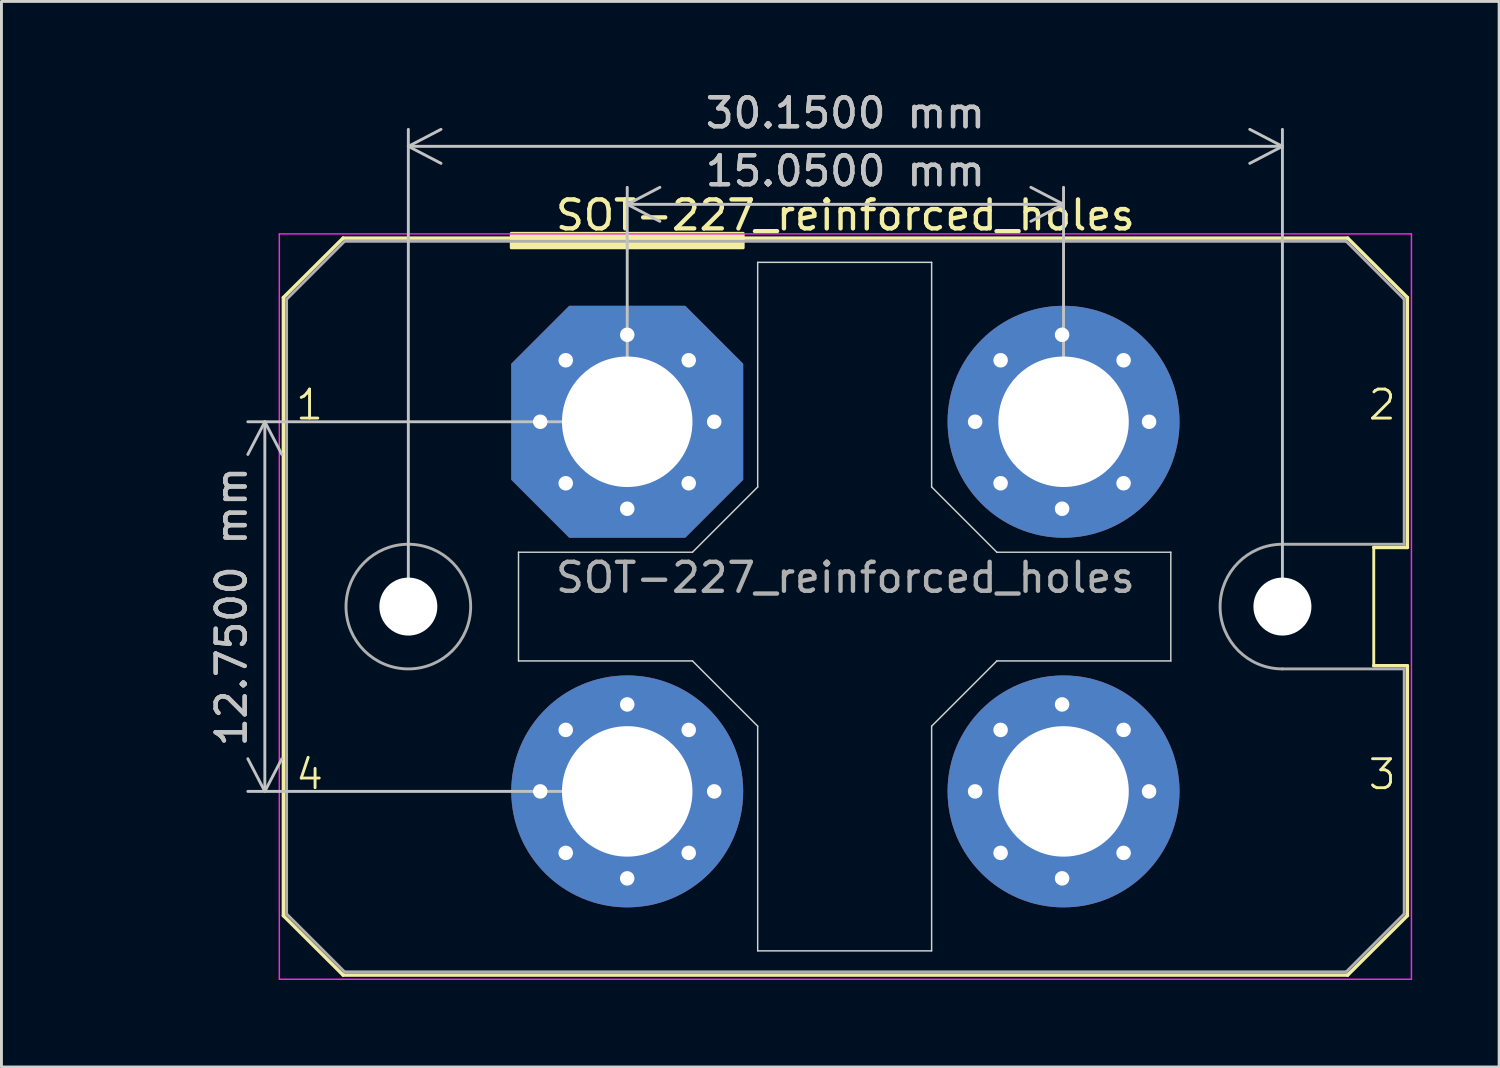
<source format=kicad_pcb>
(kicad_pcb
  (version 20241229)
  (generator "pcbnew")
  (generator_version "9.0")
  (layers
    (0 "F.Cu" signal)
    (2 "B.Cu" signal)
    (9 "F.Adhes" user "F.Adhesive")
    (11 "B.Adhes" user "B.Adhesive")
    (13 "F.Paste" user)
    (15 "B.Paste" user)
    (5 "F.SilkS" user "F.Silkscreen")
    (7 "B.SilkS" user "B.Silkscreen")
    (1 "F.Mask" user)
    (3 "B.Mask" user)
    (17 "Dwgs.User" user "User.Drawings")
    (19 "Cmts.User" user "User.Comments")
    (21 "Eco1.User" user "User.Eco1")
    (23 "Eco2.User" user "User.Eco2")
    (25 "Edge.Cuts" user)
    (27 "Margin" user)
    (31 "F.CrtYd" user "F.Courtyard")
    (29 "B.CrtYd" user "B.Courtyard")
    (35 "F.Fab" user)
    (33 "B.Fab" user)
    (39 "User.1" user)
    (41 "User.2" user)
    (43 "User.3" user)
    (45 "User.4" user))
  (footprint "SOT-227_reinforced_holes"
    (layer "F.Cu")
    (at 18.585 11.498)
    (property "Reference" "SOT-227_reinforced_holes" (at 7.525 -7.125 0) (layer "F.SilkS") (effects (font (size 1 1) (thickness 0.15))))
    (attr through_hole)
    (fp_line (start -11.86 -4.285) (end -11.86 17.035) (stroke (width 0.12) (type solid)) (layer "F.SilkS"))
    (fp_line (start -11.86 -4.285) (end -9.8 -6.335) (stroke (width 0.12) (type solid)) (layer "F.SilkS"))
    (fp_line (start -11.86 17.035) (end -9.8 19.085) (stroke (width 0.12) (type solid)) (layer "F.SilkS"))
    (fp_line (start -9.8 -6.335) (end 24.85 -6.335) (stroke (width 0.12) (type solid)) (layer "F.SilkS"))
    (fp_line (start -9.8 19.085) (end 24.85 19.085) (stroke (width 0.12) (type solid)) (layer "F.SilkS"))
    (fp_line (start 25.75 4.335) (end 25.75 8.415) (stroke (width 0.1) (type default)) (layer "F.SilkS"))
    (fp_line (start 25.75 4.335) (end 26.91 4.335) (stroke (width 0.12) (type solid)) (layer "F.SilkS"))
    (fp_line (start 25.75 8.415) (end 26.91 8.415) (stroke (width 0.12) (type solid)) (layer "F.SilkS"))
    (fp_line (start 26.91 -4.285) (end 24.85 -6.335) (stroke (width 0.12) (type solid)) (layer "F.SilkS"))
    (fp_line (start 26.91 -4.285) (end 26.91 4.335) (stroke (width 0.12) (type solid)) (layer "F.SilkS"))
    (fp_line (start 26.91 17.035) (end 24.85 19.085) (stroke (width 0.12) (type solid)) (layer "F.SilkS"))
    (fp_line (start 26.91 17.035) (end 26.91 8.415) (stroke (width 0.12) (type solid)) (layer "F.SilkS"))
    (fp_rect (start -4 -6.5) (end 4 -6) (stroke (width 0.1) (type default)) (fill yes) (layer "F.SilkS"))
    (fp_line (start -3.75 4.5) (end -3.75 8.25) (stroke (width 0.05) (type default)) (layer "Edge.Cuts"))
    (fp_line (start -3.75 8.25) (end 2.25 8.25) (stroke (width 0.05) (type default)) (layer "Edge.Cuts"))
    (fp_line (start 2.25 4.5) (end -3.75 4.5) (stroke (width 0.05) (type default)) (layer "Edge.Cuts"))
    (fp_line (start 4.5 -5.5) (end 4.5 2.25) (stroke (width 0.05) (type default)) (layer "Edge.Cuts"))
    (fp_line (start 4.5 2.25) (end 2.25 4.5) (stroke (width 0.05) (type default)) (layer "Edge.Cuts"))
    (fp_line (start 4.5 10.5) (end 2.25 8.25) (stroke (width 0.05) (type default)) (layer "Edge.Cuts"))
    (fp_line (start 4.5 10.5) (end 4.5 18.25) (stroke (width 0.05) (type default)) (layer "Edge.Cuts"))
    (fp_line (start 4.5 18.25) (end 10.5 18.25) (stroke (width 0.05) (type default)) (layer "Edge.Cuts"))
    (fp_line (start 10.5 -5.5) (end 4.5 -5.5) (stroke (width 0.05) (type default)) (layer "Edge.Cuts"))
    (fp_line (start 10.5 2.25) (end 10.5 -5.5) (stroke (width 0.05) (type default)) (layer "Edge.Cuts"))
    (fp_line (start 10.5 10.5) (end 12.75 8.25) (stroke (width 0.05) (type default)) (layer "Edge.Cuts"))
    (fp_line (start 10.5 18.25) (end 10.5 10.5) (stroke (width 0.05) (type default)) (layer "Edge.Cuts"))
    (fp_line (start 12.75 4.5) (end 10.5 2.25) (stroke (width 0.05) (type default)) (layer "Edge.Cuts"))
    (fp_line (start 12.75 8.25) (end 18.75 8.25) (stroke (width 0.05) (type default)) (layer "Edge.Cuts"))
    (fp_line (start 18.75 4.5) (end 12.75 4.5) (stroke (width 0.05) (type default)) (layer "Edge.Cuts"))
    (fp_line (start 18.75 8.25) (end 18.75 4.5) (stroke (width 0.05) (type default)) (layer "Edge.Cuts"))
    (fp_line (start -12 -6.48) (end -12 19.23) (stroke (width 0.05) (type solid)) (layer "F.CrtYd"))
    (fp_line (start -12 -6.48) (end 27.05 -6.48) (stroke (width 0.05) (type solid)) (layer "F.CrtYd"))
    (fp_line (start -12 19.23) (end 27.05 19.23) (stroke (width 0.05) (type solid)) (layer "F.CrtYd"))
    (fp_line (start 27.05 -6.48) (end 27.05 19.23) (stroke (width 0.05) (type solid)) (layer "F.CrtYd"))
    (fp_line (start -11.75 -4.225) (end -9.75 -6.225) (stroke (width 0.1) (type solid)) (layer "F.Fab"))
    (fp_line (start -11.75 16.975) (end -11.75 -4.225) (stroke (width 0.1) (type solid)) (layer "F.Fab"))
    (fp_line (start -11.75 16.975) (end -9.75 18.975) (stroke (width 0.1) (type solid)) (layer "F.Fab"))
    (fp_line (start -9.75 -6.225) (end 24.8 -6.225) (stroke (width 0.1) (type solid)) (layer "F.Fab"))
    (fp_line (start 22.6 4.225) (end 26.8 4.225) (stroke (width 0.1) (type solid)) (layer "F.Fab"))
    (fp_line (start 22.6 8.525) (end 26.8 8.525) (stroke (width 0.1) (type solid)) (layer "F.Fab"))
    (fp_line (start 24.8 18.975) (end -9.75 18.975) (stroke (width 0.1) (type solid)) (layer "F.Fab"))
    (fp_line (start 26.8 -4.225) (end 24.8 -6.225) (stroke (width 0.1) (type solid)) (layer "F.Fab"))
    (fp_line (start 26.8 -4.225) (end 26.8 4.225) (stroke (width 0.1) (type solid)) (layer "F.Fab"))
    (fp_line (start 26.8 8.525) (end 26.8 16.975) (stroke (width 0.1) (type solid)) (layer "F.Fab"))
    (fp_line (start 26.8 16.975) (end 24.8 18.975) (stroke (width 0.1) (type solid)) (layer "F.Fab"))
    (fp_arc (start 22.6 8.525) (mid 20.45 6.375) (end 22.6 4.225) (stroke (width 0.1) (type solid)) (layer "F.Fab"))
    (fp_circle (center -7.55 6.375) (end -5.4 6.375) (stroke (width 0.1) (type solid)) (fill no) (layer "F.Fab"))
    (fp_text user "3" (at 25.5 12.75 0) (unlocked yes) (layer "F.SilkS") (effects (font (size 1 1) (thickness 0.1)) (justify left bottom)))
    (fp_text user "1" (at -11.5 0 0) (unlocked yes) (layer "F.SilkS") (effects (font (size 1 1) (thickness 0.1)) (justify left bottom)))
    (fp_text user "4" (at -11.5 12.75 0) (unlocked yes) (layer "F.SilkS") (effects (font (size 1 1) (thickness 0.1)) (justify left bottom)))
    (fp_text user "2" (at 25.5 0 0) (unlocked yes) (layer "F.SilkS") (effects (font (size 1 1) (thickness 0.1)) (justify left bottom)))
    (fp_text user "${REFERENCE}" (at 7.525 5.375 0) (layer "F.Fab") (effects (font (size 1 1) (thickness 0.15))))
    (dimension (type orthogonal) (layer "Dwgs.User") (pts (xy 11.035 17.873) (xy 41.185 17.873)) (height -15.875) (orientation 0) (format (prefix "") (suffix "") (units 3) (units_format 1) (precision 4)) (style (thickness 0.1) (arrow_length 1.27) (text_position_mode 0) (arrow_direction outward) (extension_height 0.586) (extension_offset 0.5) (keep_text_aligned yes)) (gr_text "30.1500 mm" (at 26.11 0.848 0) (layer "Dwgs.User") (effects (font (size 1 1) (thickness 0.15)))))
    (dimension (type orthogonal) (layer "Dwgs.User") (pts (xy 18.585 11.498) (xy 33.635 11.498)) (height -7.5) (orientation 0) (format (prefix "") (suffix "") (units 3) (units_format 1) (precision 4)) (style (thickness 0.1) (arrow_length 1.27) (text_position_mode 0) (arrow_direction outward) (extension_height 0.586) (extension_offset 0.5) (keep_text_aligned yes)) (gr_text "15.0500 mm" (at 26.11 2.848 0) (layer "Dwgs.User") (effects (font (size 1 1) (thickness 0.15)))))
    (dimension (type orthogonal) (layer "Dwgs.User") (pts (xy 18.585 24.248) (xy 18.585 11.498)) (height -12.5) (orientation 1) (format (prefix "") (suffix "") (units 3) (units_format 1) (precision 4)) (style (thickness 0.1) (arrow_length 1.27) (text_position_mode 0) (arrow_direction outward) (extension_height 0.586) (extension_offset 0.5) (keep_text_aligned yes)) (gr_text "12.7500 mm" (at 4.935 17.873 90) (layer "Dwgs.User") (effects (font (size 1 1) (thickness 0.15)))))
    (pad "" np_thru_hole circle (at -7.55 6.375) (size 2 2) (drill 6) (layers "*.Cu"))
    (pad "" np_thru_hole circle (at 22.6 6.375) (size 2 2) (drill 6) (layers "*.Cu"))
    (pad "1" thru_hole circle (at -3 0) (size 1 1) (drill 0.5) (layers "*.Cu" "*.Mask"))
    (pad "1" thru_hole circle (at -2.121 -2.121) (size 1 1) (drill 0.5) (layers "*.Cu" "*.Mask"))
    (pad "1" thru_hole circle (at -2.121 2.121) (size 1 1) (drill 0.5) (layers "*.Cu" "*.Mask"))
    (pad "1" thru_hole circle (at 0 -3) (size 1 1) (drill 0.5) (layers "*.Cu" "*.Mask"))
    (pad "1" thru_hole roundrect (at 0 0) (size 8 8) (drill 4.5) (layers "*.Cu" "*.Mask") (roundrect_rratio 0) (chamfer_ratio 0.25) (chamfer top_left top_right bottom_left bottom_right))
    (pad "1" thru_hole circle (at 0 3) (size 1 1) (drill 0.5) (layers "*.Cu" "*.Mask"))
    (pad "1" thru_hole circle (at 2.121 -2.121) (size 1 1) (drill 0.5) (layers "*.Cu" "*.Mask"))
    (pad "1" thru_hole circle (at 2.121 2.121) (size 1 1) (drill 0.5) (layers "*.Cu" "*.Mask"))
    (pad "1" thru_hole circle (at 3 0) (size 1 1) (drill 0.5) (layers "*.Cu" "*.Mask"))
    (pad "2" thru_hole circle (at 12 0) (size 1 1) (drill 0.5) (layers "*.Cu" "*.Mask"))
    (pad "2" thru_hole circle (at 12.879 -2.121) (size 1 1) (drill 0.5) (layers "*.Cu" "*.Mask"))
    (pad "2" thru_hole circle (at 12.879 2.121) (size 1 1) (drill 0.5) (layers "*.Cu" "*.Mask"))
    (pad "2" thru_hole circle (at 15 -3) (size 1 1) (drill 0.5) (layers "*.Cu" "*.Mask"))
    (pad "2" thru_hole circle (at 15 3) (size 1 1) (drill 0.5) (layers "*.Cu" "*.Mask"))
    (pad "2" thru_hole circle (at 15.05 0) (size 8 8) (drill 4.5) (layers "*.Cu" "*.Mask"))
    (pad "2" thru_hole circle (at 17.121 -2.121) (size 1 1) (drill 0.5) (layers "*.Cu" "*.Mask"))
    (pad "2" thru_hole circle (at 17.121 2.121) (size 1 1) (drill 0.5) (layers "*.Cu" "*.Mask"))
    (pad "2" thru_hole circle (at 18 0) (size 1 1) (drill 0.5) (layers "*.Cu" "*.Mask"))
    (pad "3" thru_hole circle (at 12 12.75) (size 1 1) (drill 0.5) (layers "*.Cu" "*.Mask"))
    (pad "3" thru_hole circle (at 12.879 10.629) (size 1 1) (drill 0.5) (layers "*.Cu" "*.Mask"))
    (pad "3" thru_hole circle (at 12.879 14.871) (size 1 1) (drill 0.5) (layers "*.Cu" "*.Mask"))
    (pad "3" thru_hole circle (at 15 9.75) (size 1 1) (drill 0.5) (layers "*.Cu" "*.Mask"))
    (pad "3" thru_hole circle (at 15 15.75) (size 1 1) (drill 0.5) (layers "*.Cu" "*.Mask"))
    (pad "3" thru_hole circle (at 15.05 12.75) (size 8 8) (drill 4.5) (layers "*.Cu" "*.Mask"))
    (pad "3" thru_hole circle (at 17.121 10.629) (size 1 1) (drill 0.5) (layers "*.Cu" "*.Mask"))
    (pad "3" thru_hole circle (at 17.121 14.871) (size 1 1) (drill 0.5) (layers "*.Cu" "*.Mask"))
    (pad "3" thru_hole circle (at 18 12.75) (size 1 1) (drill 0.5) (layers "*.Cu" "*.Mask"))
    (pad "4" thru_hole circle (at -3 12.75) (size 1 1) (drill 0.5) (layers "*.Cu" "*.Mask"))
    (pad "4" thru_hole circle (at -2.121 10.629) (size 1 1) (drill 0.5) (layers "*.Cu" "*.Mask"))
    (pad "4" thru_hole circle (at -2.121 14.871) (size 1 1) (drill 0.5) (layers "*.Cu" "*.Mask"))
    (pad "4" thru_hole circle (at 0 9.75) (size 1 1) (drill 0.5) (layers "*.Cu" "*.Mask"))
    (pad "4" thru_hole circle (at 0 12.75) (size 8 8) (drill 4.5) (layers "*.Cu" "*.Mask"))
    (pad "4" thru_hole circle (at 0 15.75) (size 1 1) (drill 0.5) (layers "*.Cu" "*.Mask"))
    (pad "4" thru_hole circle (at 2.121 10.629) (size 1 1) (drill 0.5) (layers "*.Cu" "*.Mask"))
    (pad "4" thru_hole circle (at 2.121 14.871) (size 1 1) (drill 0.5) (layers "*.Cu" "*.Mask"))
    (pad "4" thru_hole circle (at 3 12.75) (size 1 1) (drill 0.5) (layers "*.Cu" "*.Mask")))
  (gr_rect
    (start -3 -3)
    (end 48.66 33.753)
    (stroke (width 0.1) (type default))
    (fill no)
    (layer "Edge.Cuts")))
</source>
